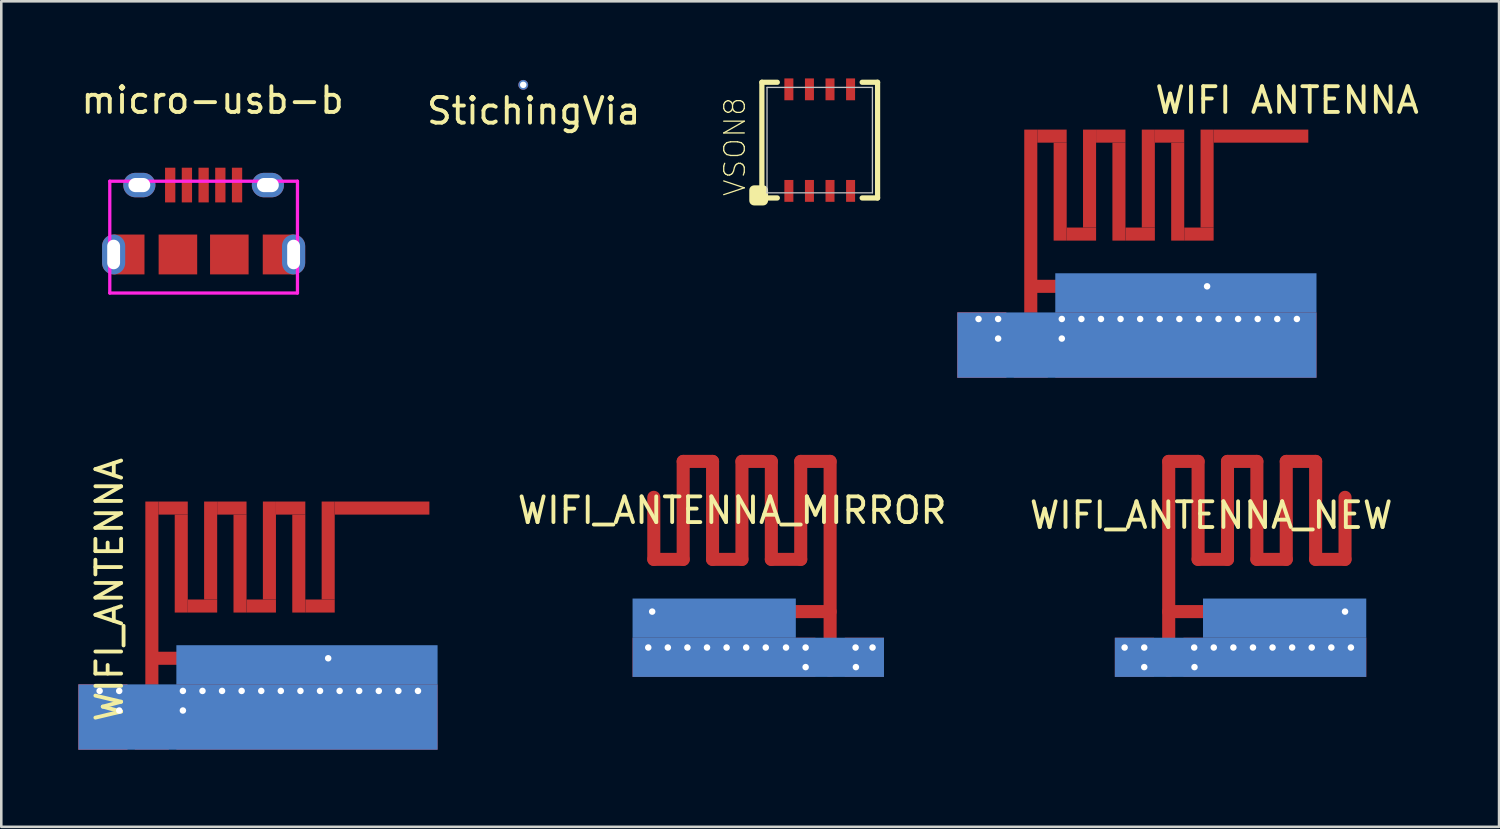
<source format=kicad_pcb>
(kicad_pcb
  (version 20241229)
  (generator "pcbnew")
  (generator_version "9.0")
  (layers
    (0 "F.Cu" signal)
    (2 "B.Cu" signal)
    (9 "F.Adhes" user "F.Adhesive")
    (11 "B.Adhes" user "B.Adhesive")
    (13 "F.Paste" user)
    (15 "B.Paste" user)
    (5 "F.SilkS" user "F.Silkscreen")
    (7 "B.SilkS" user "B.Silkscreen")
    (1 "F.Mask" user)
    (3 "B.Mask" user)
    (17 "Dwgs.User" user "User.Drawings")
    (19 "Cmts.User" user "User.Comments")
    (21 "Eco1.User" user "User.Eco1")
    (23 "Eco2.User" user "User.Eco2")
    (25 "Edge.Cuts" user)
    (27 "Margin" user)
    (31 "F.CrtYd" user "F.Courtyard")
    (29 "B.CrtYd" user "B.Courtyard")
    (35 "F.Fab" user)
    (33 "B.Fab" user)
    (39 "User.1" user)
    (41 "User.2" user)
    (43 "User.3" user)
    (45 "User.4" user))
  (footprint "WIFI_ANTENNA"
    (layer "F.Cu")
    (at 6.413 20.776)
    (property "Reference" "WIFI_ANTENNA" (at -5.207 -0.889 90) (layer "F.SilkS") (effects (font (size 1 1) (thickness 0.15))))
    (attr through_hole)
    (pad "1" smd rect (at -3.556 -0.762) (size 0.508 7.112) (layers "F.Cu" "F.Mask" "F.Paste"))
    (pad "1" smd trapezoid (at -3.556 3.302) (size 0.914 1.016) (rect_delta 0 0.406) (layers "F.Cu" "F.Mask" "F.Paste"))
    (pad "1" smd rect (at -3.556 4.572) (size 1.321 1.524) (layers "F.Cu" "F.Mask" "F.Paste"))
    (pad "1" smd rect (at -2.731 -4.064) (size 1.143 0.508) (layers "F.Cu" "F.Mask" "F.Paste"))
    (pad "1" smd rect (at -2.413 -1.905) (size 0.508 3.81) (layers "F.Cu" "F.Mask" "F.Paste"))
    (pad "1" smd rect (at -1.587 -0.254) (size 1.143 0.508) (layers "F.Cu" "F.Mask" "F.Paste"))
    (pad "1" smd rect (at -1.27 -2.413) (size 0.508 3.81) (layers "F.Cu" "F.Mask" "F.Paste"))
    (pad "1" smd rect (at -0.445 -4.064) (size 1.143 0.508) (layers "F.Cu" "F.Mask" "F.Paste"))
    (pad "1" smd rect (at -0.127 -1.905) (size 0.508 3.81) (layers "F.Cu" "F.Mask" "F.Paste"))
    (pad "1" smd rect (at 0.699 -0.254) (size 1.143 0.508) (layers "F.Cu" "F.Mask" "F.Paste"))
    (pad "1" smd rect (at 1.016 -2.413) (size 0.508 3.81) (layers "F.Cu" "F.Mask" "F.Paste"))
    (pad "1" smd rect (at 1.841 -4.064) (size 1.143 0.508) (layers "F.Cu" "F.Mask" "F.Paste"))
    (pad "1" smd rect (at 2.159 -1.905) (size 0.508 3.81) (layers "F.Cu" "F.Mask" "F.Paste"))
    (pad "1" smd rect (at 2.985 -0.254) (size 1.143 0.508) (layers "F.Cu" "F.Mask" "F.Paste"))
    (pad "1" smd rect (at 3.302 -2.413) (size 0.508 3.81) (layers "F.Cu" "F.Mask" "F.Paste"))
    (pad "1" smd rect (at 5.397 -4.064) (size 3.683 0.508) (layers "F.Cu" "F.Mask" "F.Paste"))
    (pad "2" thru_hole circle (at -5.588 3.048) (size 0.381 0.381) (drill 0.254) (layers "*.Cu" "*.Mask"))
    (pad "2" smd rect (at -5.461 4.064) (size 1.905 2.54) (layers "F.Cu" "F.Mask" "F.Paste"))
    (pad "2" smd rect (at -5.461 4.064) (size 1.905 2.54) (layers "F.Cu" "F.Mask" "F.Paste"))
    (pad "2" thru_hole circle (at -4.826 3.048) (size 0.381 0.381) (drill 0.254) (layers "*.Cu" "*.Mask"))
    (pad "2" thru_hole circle (at -4.826 3.81) (size 0.381 0.381) (drill 0.254) (layers "*.Cu" "*.Mask"))
    (pad "2" thru_hole circle (at -2.349 3.048) (size 0.381 0.381) (drill 0.254) (layers "*.Cu" "*.Mask"))
    (pad "2" thru_hole circle (at -2.349 3.81) (size 0.381 0.381) (drill 0.254) (layers "*.Cu" "*.Mask"))
    (pad "2" thru_hole circle (at -1.587 3.048) (size 0.381 0.381) (drill 0.254) (layers "*.Cu" "*.Mask"))
    (pad "2" thru_hole circle (at -0.826 3.048) (size 0.381 0.381) (drill 0.254) (layers "*.Cu" "*.Mask"))
    (pad "2" thru_hole circle (at -0.064 3.048) (size 0.381 0.381) (drill 0.254) (layers "*.Cu" "*.Mask"))
    (pad "2" smd rect (at 0.127 1.778) (size 6.934 0.508) (layers "F.Cu" "F.Mask" "F.Paste"))
    (pad "2" smd rect (at 0.572 4.064) (size 13.97 2.54) (layers "B.Cu" "B.Mask" "B.Paste"))
    (pad "2" thru_hole circle (at 0.699 3.048) (size 0.381 0.381) (drill 0.254) (layers "*.Cu" "*.Mask"))
    (pad "2" thru_hole circle (at 1.46 3.048) (size 0.381 0.381) (drill 0.254) (layers "*.Cu" "*.Mask"))
    (pad "2" thru_hole circle (at 2.223 3.048) (size 0.381 0.381) (drill 0.254) (layers "*.Cu" "*.Mask"))
    (pad "2" smd rect (at 2.477 2.032) (size 10.16 1.524) (layers "B.Cu" "B.Mask" "B.Paste"))
    (pad "2" smd rect (at 2.477 4.064) (size 10.16 2.54) (layers "F.Cu" "F.Mask" "F.Paste"))
    (pad "2" thru_hole circle (at 2.985 3.048) (size 0.381 0.381) (drill 0.254) (layers "*.Cu" "*.Mask"))
    (pad "2" thru_hole circle (at 3.302 1.778) (size 0.381 0.381) (drill 0.254) (layers "*.Cu" "*.Mask"))
    (pad "2" thru_hole circle (at 3.747 3.048) (size 0.381 0.381) (drill 0.254) (layers "*.Cu" "*.Mask"))
    (pad "2" thru_hole circle (at 4.508 3.048) (size 0.381 0.381) (drill 0.254) (layers "*.Cu" "*.Mask"))
    (pad "2" thru_hole circle (at 5.271 3.048) (size 0.381 0.381) (drill 0.254) (layers "*.Cu" "*.Mask"))
    (pad "2" thru_hole circle (at 6.032 3.048) (size 0.381 0.381) (drill 0.254) (layers "*.Cu" "*.Mask"))
    (pad "2" thru_hole circle (at 6.795 3.048) (size 0.381 0.381) (drill 0.254) (layers "*.Cu" "*.Mask")))
  (footprint "VSON8"
    (layer "F.Cu")
    (at 28.834 2.4)
    (property "Reference" "VSON8" (at -3.302 0.254 90) (layer "F.SilkS") (effects (font (size 0.8 0.8) (thickness 0.05))))
    (attr smd)
    (fp_poly (pts (xy -1.75 -1.25) (xy 1.75 -1.25) (xy 1.75 1.25) (xy -1.75 1.25)) (stroke (width 0.381) (type solid)) (fill yes) (layer "F.Mask"))
    (fp_line (start -2.25 -2.25) (end -2.25 2.25) (stroke (width 0.203) (type solid)) (layer "F.SilkS"))
    (fp_line (start -2.25 2.25) (end -1.65 2.25) (stroke (width 0.203) (type solid)) (layer "F.SilkS"))
    (fp_line (start -1.65 -2.25) (end -2.25 -2.25) (stroke (width 0.203) (type solid)) (layer "F.SilkS"))
    (fp_line (start 1.65 -2.25) (end 2.25 -2.25) (stroke (width 0.203) (type solid)) (layer "F.SilkS"))
    (fp_line (start 2.25 -2.25) (end 2.25 2.25) (stroke (width 0.203) (type solid)) (layer "F.SilkS"))
    (fp_line (start 2.25 2.25) (end 1.65 2.25) (stroke (width 0.203) (type solid)) (layer "F.SilkS"))
    (fp_poly (pts (xy -2.55 1.95) (xy -2.2 1.95) (xy -2.2 2.35) (xy -2.55 2.35)) (stroke (width 0.381) (type solid)) (fill yes) (layer "F.SilkS"))
    (fp_poly (pts (xy -1.65 -1.15) (xy -0.15 -1.15) (xy -0.15 -0.15) (xy -1.65 -0.15)) (stroke (width 0.381) (type solid)) (fill yes) (layer "F.Paste"))
    (fp_poly (pts (xy -1.65 0.15) (xy -0.15 0.15) (xy -0.15 1.15) (xy -1.65 1.15)) (stroke (width 0.381) (type solid)) (fill yes) (layer "F.Paste"))
    (fp_poly (pts (xy 0.15 -1.15) (xy 1.65 -1.15) (xy 1.65 -0.15) (xy 0.15 -0.15)) (stroke (width 0.381) (type solid)) (fill yes) (layer "F.Paste"))
    (fp_poly (pts (xy 0.15 0.15) (xy 1.65 0.15) (xy 1.65 1.15) (xy 0.15 1.15)) (stroke (width 0.381) (type solid)) (fill yes) (layer "F.Paste"))
    (fp_line (start -2.05 -2.05) (end 2.05 -2.05) (stroke (width 0.051) (type solid)) (layer "Dwgs.User"))
    (fp_line (start -2.05 2.05) (end -2.05 -2.05) (stroke (width 0.051) (type solid)) (layer "Dwgs.User"))
    (fp_line (start 2.05 -2.05) (end 2.05 2.05) (stroke (width 0.051) (type solid)) (layer "Dwgs.User"))
    (fp_line (start 2.05 2.05) (end -2.05 2.05) (stroke (width 0.051) (type solid)) (layer "Dwgs.User"))
    (pad "1" smd rect (at -1.2 1.975 180) (size 0.35 0.85) (layers "F.Cu" "F.Mask" "F.Paste"))
    (pad "2" smd rect (at -0.4 1.975 180) (size 0.35 0.85) (layers "F.Cu" "F.Mask" "F.Paste"))
    (pad "3" smd rect (at 0.4 1.975 180) (size 0.35 0.85) (layers "F.Cu" "F.Mask" "F.Paste"))
    (pad "4" smd rect (at 1.2 1.975 180) (size 0.35 0.85) (layers "F.Cu" "F.Mask" "F.Paste"))
    (pad "5" smd rect (at 1.2 -1.975 180) (size 0.35 0.85) (layers "F.Cu" "F.Mask" "F.Paste"))
    (pad "6" smd rect (at 0.4 -1.975 180) (size 0.35 0.85) (layers "F.Cu" "F.Mask" "F.Paste"))
    (pad "7" smd rect (at -0.4 -1.975 180) (size 0.35 0.85) (layers "F.Cu" "F.Mask" "F.Paste"))
    (pad "8" smd rect (at -1.2 -1.975 180) (size 0.35 0.85) (layers "F.Cu" "F.Mask" "F.Paste")))
  (footprint "WIFI ANTENNA"
    (layer "F.Cu")
    (at 40.599 6.309)
    (property "Reference" "WIFI ANTENNA" (at 6.413 -5.461 0) (layer "F.SilkS") (effects (font (size 1 1) (thickness 0.15))))
    (attr through_hole)
    (pad "1" smd rect (at -3.556 4.572) (size 1.321 1.524) (layers "F.Cu" "F.Mask" "F.Paste"))
    (pad "2" smd rect (at -3.556 -0.762) (size 0.508 7.112) (layers "F.Cu" "F.Mask" "F.Paste"))
    (pad "2" smd trapezoid (at -3.556 3.302) (size 0.914 1.016) (rect_delta 0 0.406) (layers "F.Cu" "F.Mask" "F.Paste"))
    (pad "2" smd rect (at -2.731 -4.064) (size 1.143 0.508) (layers "F.Cu" "F.Mask" "F.Paste"))
    (pad "2" smd rect (at -2.413 -1.905) (size 0.508 3.81) (layers "F.Cu" "F.Mask" "F.Paste"))
    (pad "2" smd rect (at -1.587 -0.254) (size 1.143 0.508) (layers "F.Cu" "F.Mask" "F.Paste"))
    (pad "2" smd rect (at -1.27 -2.413) (size 0.508 3.81) (layers "F.Cu" "F.Mask" "F.Paste"))
    (pad "2" smd rect (at -0.445 -4.064) (size 1.143 0.508) (layers "F.Cu" "F.Mask" "F.Paste"))
    (pad "2" smd rect (at -0.127 -1.905) (size 0.508 3.81) (layers "F.Cu" "F.Mask" "F.Paste"))
    (pad "2" smd rect (at 0.127 1.778) (size 6.934 0.508) (layers "F.Cu" "F.Mask" "F.Paste"))
    (pad "2" smd rect (at 0.699 -0.254) (size 1.143 0.508) (layers "F.Cu" "F.Mask" "F.Paste"))
    (pad "2" smd rect (at 1.016 -2.413) (size 0.508 3.81) (layers "F.Cu" "F.Mask" "F.Paste"))
    (pad "2" smd rect (at 1.841 -4.064) (size 1.143 0.508) (layers "F.Cu" "F.Mask" "F.Paste"))
    (pad "2" smd rect (at 2.159 -1.905) (size 0.508 3.81) (layers "F.Cu" "F.Mask" "F.Paste"))
    (pad "2" smd rect (at 2.985 -0.254) (size 1.143 0.508) (layers "F.Cu" "F.Mask" "F.Paste"))
    (pad "2" smd rect (at 3.302 -2.413) (size 0.508 3.81) (layers "F.Cu" "F.Mask" "F.Paste"))
    (pad "2" smd rect (at 5.397 -4.064) (size 3.683 0.508) (layers "F.Cu" "F.Mask" "F.Paste"))
    (pad "4" smd rect (at -5.461 4.064) (size 1.905 2.54) (layers "F.Cu" "F.Mask" "F.Paste"))
    (pad "4" smd rect (at -5.461 4.064) (size 1.905 2.54) (layers "F.Cu" "F.Mask" "F.Paste"))
    (pad "4" smd rect (at 0.572 4.064) (size 13.97 2.54) (layers "B.Cu" "B.Mask" "B.Paste"))
    (pad "4" smd rect (at 2.477 2.032) (size 10.16 1.524) (layers "B.Cu" "B.Mask" "B.Paste"))
    (pad "4" smd rect (at 2.477 4.064) (size 10.16 2.54) (layers "F.Cu" "F.Mask" "F.Paste"))
    (pad "5" thru_hole circle (at -5.588 3.048) (size 0.381 0.381) (drill 0.254) (layers "*.Cu" "*.Mask"))
    (pad "5" thru_hole circle (at -4.826 3.048) (size 0.381 0.381) (drill 0.254) (layers "*.Cu" "*.Mask"))
    (pad "5" thru_hole circle (at -4.826 3.81) (size 0.381 0.381) (drill 0.254) (layers "*.Cu" "*.Mask"))
    (pad "5" thru_hole circle (at -2.349 3.048) (size 0.381 0.381) (drill 0.254) (layers "*.Cu" "*.Mask"))
    (pad "5" thru_hole circle (at -2.349 3.81) (size 0.381 0.381) (drill 0.254) (layers "*.Cu" "*.Mask"))
    (pad "5" thru_hole circle (at -1.587 3.048) (size 0.381 0.381) (drill 0.254) (layers "*.Cu" "*.Mask"))
    (pad "5" thru_hole circle (at -0.826 3.048) (size 0.381 0.381) (drill 0.254) (layers "*.Cu" "*.Mask"))
    (pad "5" thru_hole circle (at -0.064 3.048) (size 0.381 0.381) (drill 0.254) (layers "*.Cu" "*.Mask"))
    (pad "5" thru_hole circle (at 0.699 3.048) (size 0.381 0.381) (drill 0.254) (layers "*.Cu" "*.Mask"))
    (pad "5" thru_hole circle (at 1.46 3.048) (size 0.381 0.381) (drill 0.254) (layers "*.Cu" "*.Mask"))
    (pad "5" thru_hole circle (at 2.223 3.048) (size 0.381 0.381) (drill 0.254) (layers "*.Cu" "*.Mask"))
    (pad "5" thru_hole circle (at 2.985 3.048) (size 0.381 0.381) (drill 0.254) (layers "*.Cu" "*.Mask"))
    (pad "5" thru_hole circle (at 3.302 1.778) (size 0.381 0.381) (drill 0.254) (layers "*.Cu" "*.Mask"))
    (pad "5" thru_hole circle (at 3.747 3.048) (size 0.381 0.381) (drill 0.254) (layers "*.Cu" "*.Mask"))
    (pad "5" thru_hole circle (at 4.508 3.048) (size 0.381 0.381) (drill 0.254) (layers "*.Cu" "*.Mask"))
    (pad "5" thru_hole circle (at 5.271 3.048) (size 0.381 0.381) (drill 0.254) (layers "*.Cu" "*.Mask"))
    (pad "5" thru_hole circle (at 6.032 3.048) (size 0.381 0.381) (drill 0.254) (layers "*.Cu" "*.Mask"))
    (pad "5" thru_hole circle (at 6.795 3.048) (size 0.381 0.381) (drill 0.254) (layers "*.Cu" "*.Mask")))
  (footprint "micro-usb-b"
    (layer "F.Cu")
    (at 4.87 6.848)
    (property "Reference" "micro-usb-b" (at 0.35 -6 0) (layer "F.SilkS") (effects (font (size 1 1) (thickness 0.15))))
    (attr through_hole)
    (fp_line (start -3.65 -2.85) (end 2.5 -2.85) (stroke (width 0.127) (type solid)) (layer "F.CrtYd"))
    (fp_line (start -3.65 1.5) (end -3.65 -2.85) (stroke (width 0.127) (type solid)) (layer "F.CrtYd"))
    (fp_line (start 2.5 -2.85) (end 3.65 -2.85) (stroke (width 0.127) (type solid)) (layer "F.CrtYd"))
    (fp_line (start 3.65 -2.85) (end 3.65 1.5) (stroke (width 0.127) (type solid)) (layer "F.CrtYd"))
    (fp_line (start 3.65 1.5) (end -3.65 1.5) (stroke (width 0.127) (type solid)) (layer "F.CrtYd"))
    (pad "1" smd rect (at -1.3 -2.7) (size 0.4 1.35) (layers "F.Cu" "F.Mask" "F.Paste"))
    (pad "2" smd rect (at -0.65 -2.7) (size 0.4 1.35) (layers "F.Cu" "F.Mask" "F.Paste"))
    (pad "3" smd rect (at 0 -2.7) (size 0.4 1.35) (layers "F.Cu" "F.Mask" "F.Paste"))
    (pad "4" smd rect (at 0.65 -2.7) (size 0.4 1.35) (layers "F.Cu" "F.Mask" "F.Paste"))
    (pad "5" smd rect (at 1.3 -2.7) (size 0.4 1.35) (layers "F.Cu" "F.Mask" "F.Paste"))
    (pad "6" thru_hole oval (at -3.5 0) (size 0.9 1.55) (drill oval 0.5 1.15) (layers "*.Cu" "*.Mask"))
    (pad "6" smd rect (at -2.9 0) (size 1.2 1.55) (layers "F.Cu" "F.Mask" "F.Paste"))
    (pad "6" thru_hole oval (at -2.5 -2.7) (size 1.25 0.95) (drill oval 0.85 0.55) (layers "*.Cu" "*.Mask"))
    (pad "6" smd rect (at -1 0) (size 1.5 1.55) (layers "F.Cu" "F.Mask" "F.Paste"))
    (pad "6" smd rect (at 1 0) (size 1.5 1.55) (layers "F.Cu" "F.Mask" "F.Paste"))
    (pad "6" thru_hole oval (at 2.5 -2.7) (size 1.25 0.95) (drill oval 0.85 0.55) (layers "*.Cu" "*.Mask"))
    (pad "6" smd rect (at 2.9 0) (size 1.2 1.55) (layers "F.Cu" "F.Mask" "F.Paste"))
    (pad "6" thru_hole oval (at 3.5 0) (size 0.9 1.55) (drill oval 0.5 1.15) (layers "*.Cu" "*.Mask")))
  (footprint "WIFI_ANTENNA_MIRROR"
    (layer "F.Cu")
    (at 32.794 18.961)
    (property "Reference" "WIFI_ANTENNA_MIRROR" (at -7.366 -2.159 0) (layer "F.SilkS") (effects (font (size 1 1) (thickness 0.15))))
    (attr through_hole)
    (fp_line (start -10.49 1.778) (end -3.556 1.778) (stroke (width 0.508) (type solid)) (layer "F.Cu"))
    (fp_line (start -10.414 -0.254) (end -10.414 -2.667) (stroke (width 0.508) (type solid)) (layer "F.Cu"))
    (fp_line (start -9.271 -0.254) (end -10.414 -0.254) (stroke (width 0.508) (type solid)) (layer "F.Cu"))
    (fp_line (start -9.271 -0.254) (end -9.271 -4.064) (stroke (width 0.508) (type solid)) (layer "F.Cu"))
    (fp_line (start -8.128 -4.064) (end -9.271 -4.064) (stroke (width 0.508) (type solid)) (layer "F.Cu"))
    (fp_line (start -8.128 -4.064) (end -8.128 -0.254) (stroke (width 0.508) (type solid)) (layer "F.Cu"))
    (fp_line (start -6.985 -0.254) (end -8.128 -0.254) (stroke (width 0.508) (type solid)) (layer "F.Cu"))
    (fp_line (start -6.985 -0.254) (end -6.985 -4.064) (stroke (width 0.508) (type solid)) (layer "F.Cu"))
    (fp_line (start -5.842 -4.064) (end -6.985 -4.064) (stroke (width 0.508) (type solid)) (layer "F.Cu"))
    (fp_line (start -5.842 -4.064) (end -5.842 -0.254) (stroke (width 0.508) (type solid)) (layer "F.Cu"))
    (fp_line (start -4.699 -0.254) (end -5.842 -0.254) (stroke (width 0.508) (type solid)) (layer "F.Cu"))
    (fp_line (start -4.699 -0.254) (end -4.699 -4.064) (stroke (width 0.508) (type solid)) (layer "F.Cu"))
    (fp_line (start -3.556 -4.064) (end -4.699 -4.064) (stroke (width 0.508) (type solid)) (layer "F.Cu"))
    (fp_line (start -3.556 -4.064) (end -3.556 4.064) (stroke (width 0.508) (type solid)) (layer "F.Cu"))
    (pad "1" thru_hole circle (at -10.477 1.778) (size 0.381 0.381) (drill 0.254) (layers "*.Cu"))
    (pad "1" smd circle (at -3.556 4.064) (size 0.508 0.508) (layers "F.Cu"))
    (pad "2" thru_hole circle (at -10.63 3.175) (size 0.381 0.381) (drill 0.254) (layers "*.Cu"))
    (pad "2" thru_hole circle (at -9.868 3.175) (size 0.381 0.381) (drill 0.254) (layers "*.Cu"))
    (pad "2" thru_hole circle (at -9.106 3.175) (size 0.381 0.381) (drill 0.254) (layers "*.Cu"))
    (pad "2" thru_hole circle (at -8.344 3.175) (size 0.381 0.381) (drill 0.254) (layers "*.Cu"))
    (pad "2" smd rect (at -8.065 2.032) (size 6.35 1.524) (layers "B.Cu"))
    (pad "2" smd rect (at -7.684 3.556) (size 7.112 1.524) (layers "F.Cu"))
    (pad "2" thru_hole circle (at -7.582 3.175) (size 0.381 0.381) (drill 0.254) (layers "*.Cu"))
    (pad "2" thru_hole circle (at -6.82 3.175) (size 0.381 0.381) (drill 0.254) (layers "*.Cu"))
    (pad "2" smd rect (at -6.35 3.556) (size 9.779 1.524) (layers "B.Cu"))
    (pad "2" thru_hole circle (at -6.058 3.175) (size 0.381 0.381) (drill 0.254) (layers "*.Cu"))
    (pad "2" thru_hole circle (at -5.271 3.175) (size 0.381 0.381) (drill 0.254) (layers "*.Cu"))
    (pad "2" thru_hole circle (at -4.508 3.175) (size 0.381 0.381) (drill 0.254) (layers "*.Cu"))
    (pad "2" thru_hole circle (at -4.508 3.937) (size 0.381 0.381) (drill 0.254) (layers "*.Cu"))
    (pad "2" thru_hole circle (at -2.565 3.175) (size 0.381 0.381) (drill 0.254) (layers "*.Cu"))
    (pad "2" thru_hole circle (at -2.553 3.937) (size 0.381 0.381) (drill 0.254) (layers "*.Cu"))
    (pad "2" smd rect (at -2.223 3.556) (size 1.524 1.524) (layers "F.Cu"))
    (pad "2" thru_hole circle (at -1.905 3.175) (size 0.381 0.381) (drill 0.254) (layers "*.Cu")))
  (footprint "WIFI_ANTENNA_NEW"
    (layer "F.Cu")
    (at 45.964 18.961)
    (property "Reference" "WIFI_ANTENNA_NEW" (at -1.905 -1.968 0) (layer "F.SilkS") (effects (font (size 1 1) (thickness 0.15))))
    (attr through_hole)
    (fp_line (start -3.556 -4.064) (end -3.556 4.064) (stroke (width 0.508) (type solid)) (layer "F.Cu"))
    (fp_line (start -3.556 1.778) (end 3.378 1.778) (stroke (width 0.508) (type solid)) (layer "F.Cu"))
    (fp_line (start -2.413 -4.064) (end -3.556 -4.064) (stroke (width 0.508) (type solid)) (layer "F.Cu"))
    (fp_line (start -2.413 -0.254) (end -2.413 -4.064) (stroke (width 0.508) (type solid)) (layer "F.Cu"))
    (fp_line (start -1.27 -4.064) (end -1.27 -0.254) (stroke (width 0.508) (type solid)) (layer "F.Cu"))
    (fp_line (start -1.27 -0.254) (end -2.413 -0.254) (stroke (width 0.508) (type solid)) (layer "F.Cu"))
    (fp_line (start -0.127 -4.064) (end -1.27 -4.064) (stroke (width 0.508) (type solid)) (layer "F.Cu"))
    (fp_line (start -0.127 -0.254) (end -0.127 -4.064) (stroke (width 0.508) (type solid)) (layer "F.Cu"))
    (fp_line (start 1.016 -4.064) (end 1.016 -0.254) (stroke (width 0.508) (type solid)) (layer "F.Cu"))
    (fp_line (start 1.016 -0.254) (end -0.127 -0.254) (stroke (width 0.508) (type solid)) (layer "F.Cu"))
    (fp_line (start 2.159 -4.064) (end 1.016 -4.064) (stroke (width 0.508) (type solid)) (layer "F.Cu"))
    (fp_line (start 2.159 -0.254) (end 2.159 -4.064) (stroke (width 0.508) (type solid)) (layer "F.Cu"))
    (fp_line (start 3.302 -0.254) (end 2.159 -0.254) (stroke (width 0.508) (type solid)) (layer "F.Cu"))
    (fp_line (start 3.302 -0.254) (end 3.302 -2.667) (stroke (width 0.508) (type solid)) (layer "F.Cu"))
    (pad "1" smd circle (at -3.556 4.064) (size 0.508 0.508) (layers "F.Cu"))
    (pad "1" thru_hole circle (at 3.302 1.778) (size 0.381 0.381) (drill 0.254) (layers "*.Cu"))
    (pad "2" thru_hole circle (at -5.271 3.175) (size 0.381 0.381) (drill 0.254) (layers "*.Cu"))
    (pad "2" smd rect (at -4.889 3.556) (size 1.524 1.524) (layers "F.Cu"))
    (pad "2" thru_hole circle (at -4.508 3.175) (size 0.381 0.381) (drill 0.254) (layers "*.Cu"))
    (pad "2" thru_hole circle (at -4.508 3.937) (size 0.381 0.381) (drill 0.254) (layers "*.Cu"))
    (pad "2" thru_hole circle (at -2.565 3.175) (size 0.381 0.381) (drill 0.254) (layers "*.Cu"))
    (pad "2" thru_hole circle (at -2.553 3.937) (size 0.381 0.381) (drill 0.254) (layers "*.Cu"))
    (pad "2" thru_hole circle (at -1.803 3.175) (size 0.381 0.381) (drill 0.254) (layers "*.Cu"))
    (pad "2" thru_hole circle (at -1.041 3.175) (size 0.381 0.381) (drill 0.254) (layers "*.Cu"))
    (pad "2" smd rect (at -0.762 3.556) (size 9.779 1.524) (layers "B.Cu"))
    (pad "2" thru_hole circle (at -0.279 3.175) (size 0.381 0.381) (drill 0.254) (layers "*.Cu"))
    (pad "2" thru_hole circle (at 0.483 3.175) (size 0.381 0.381) (drill 0.254) (layers "*.Cu"))
    (pad "2" smd rect (at 0.572 3.556) (size 7.112 1.524) (layers "F.Cu"))
    (pad "2" smd rect (at 0.953 2.032) (size 6.35 1.524) (layers "B.Cu"))
    (pad "2" thru_hole circle (at 1.245 3.175) (size 0.381 0.381) (drill 0.254) (layers "*.Cu"))
    (pad "2" thru_hole circle (at 2.007 3.175) (size 0.381 0.381) (drill 0.254) (layers "*.Cu"))
    (pad "2" thru_hole circle (at 2.769 3.175) (size 0.381 0.381) (drill 0.254) (layers "*.Cu"))
    (pad "2" thru_hole circle (at 3.531 3.175) (size 0.381 0.381) (drill 0.254) (layers "*.Cu")))
  (footprint "StichingVia"
    (layer "F.Cu")
    (at 17.302 0.25)
    (property "Reference" "StichingVia" (at 0.406 1.016 0) (layer "F.SilkS") (effects (font (size 1 1) (thickness 0.15))))
    (attr through_hole)
    (pad "1" thru_hole circle (at 0 0) (size 0.381 0.381) (drill 0.254) (layers "*.Cu" "*.Mask")))
  (gr_rect
    (start -3 -3)
    (end 55.257 29.11)
    (stroke (width 0.1) (type default))
    (fill no)
    (layer "Edge.Cuts")))
</source>
